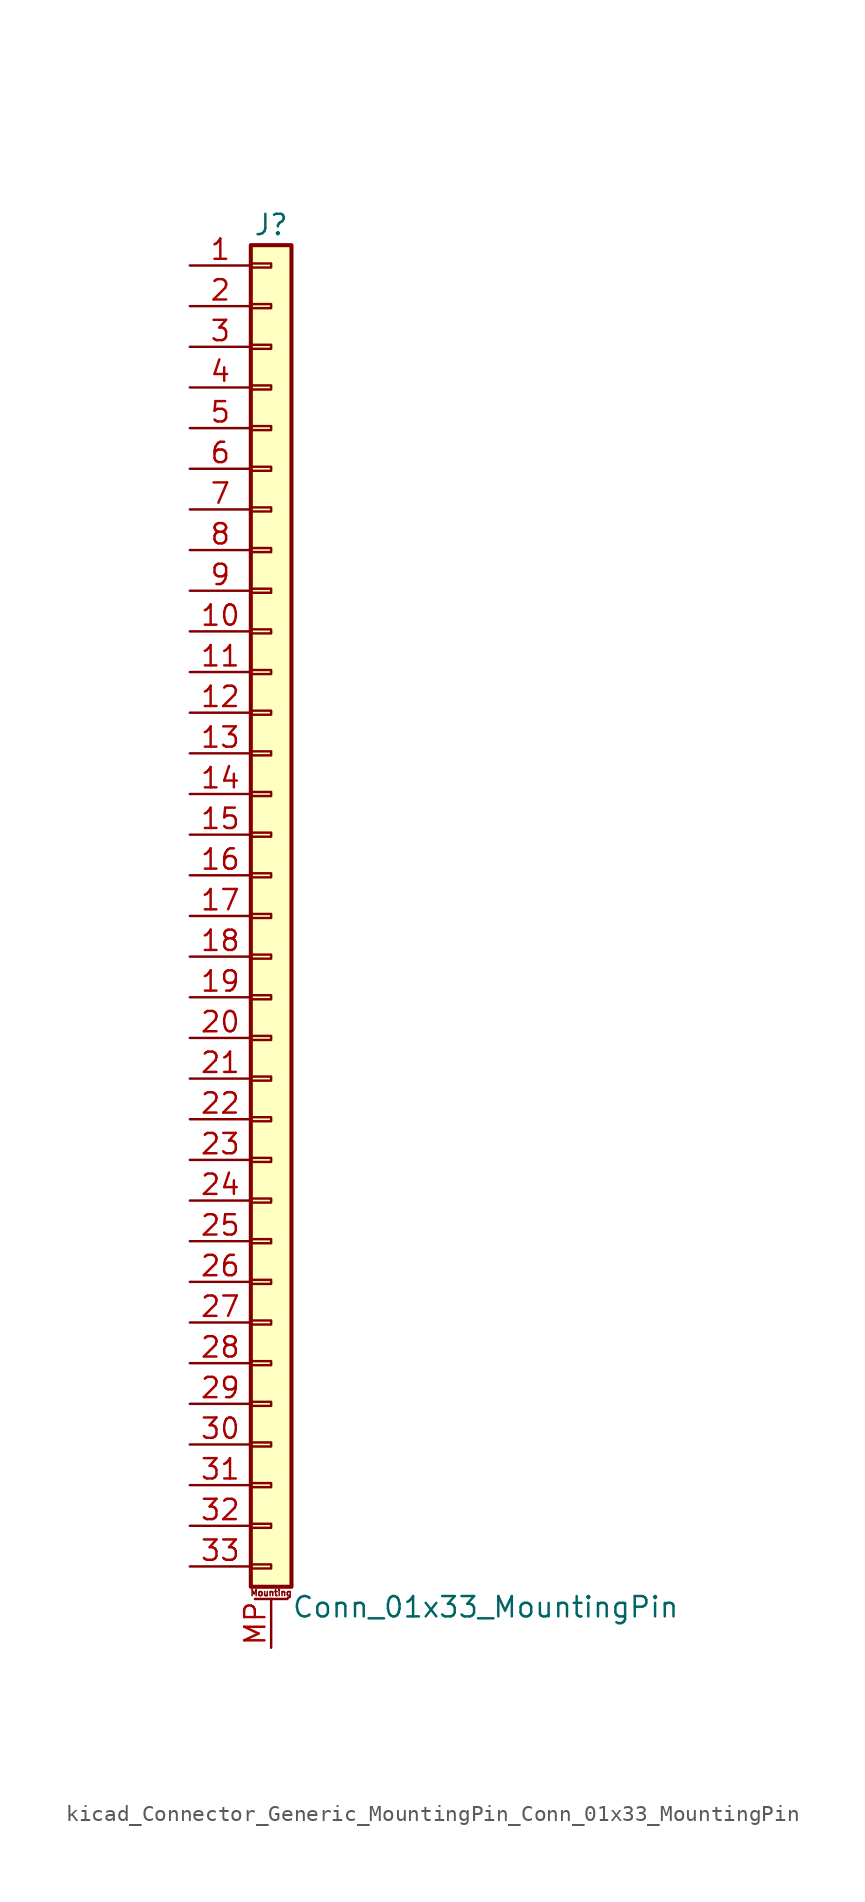
<source format=kicad_sym>
(kicad_symbol_lib
  (version 20220914)
  (generator kicad_symbol_editor)
  (symbol "kicad_Connector_Generic_MountingPin_Conn_01x33_MountingPin"
    (pin_names
      (offset 1.016) hide)
    (property "Reference" "J"
      (at 0 43.18 0)
      (effects (font (size 1.27 1.27))))
    (property "Value" "Conn_01x33_MountingPin"
      (at 1.27 -43.18 0)
      (effects (font (size 1.27 1.27)) (justify left)))
    (symbol "kicad_Connector_Generic_MountingPin_Conn_01x33_MountingPin_1_1"
      (rectangle (start -1.27 -40.513) (end 0 -40.767) (stroke (width 0.152) (type default)) (fill (type none)))
      (rectangle (start -1.27 -37.973) (end 0 -38.227) (stroke (width 0.152) (type default)) (fill (type none)))
      (rectangle (start -1.27 -35.433) (end 0 -35.687) (stroke (width 0.152) (type default)) (fill (type none)))
      (rectangle (start -1.27 -32.893) (end 0 -33.147) (stroke (width 0.152) (type default)) (fill (type none)))
      (rectangle (start -1.27 -30.353) (end 0 -30.607) (stroke (width 0.152) (type default)) (fill (type none)))
      (rectangle (start -1.27 -27.813) (end 0 -28.067) (stroke (width 0.152) (type default)) (fill (type none)))
      (rectangle (start -1.27 -25.273) (end 0 -25.527) (stroke (width 0.152) (type default)) (fill (type none)))
      (rectangle (start -1.27 -22.733) (end 0 -22.987) (stroke (width 0.152) (type default)) (fill (type none)))
      (rectangle (start -1.27 -20.193) (end 0 -20.447) (stroke (width 0.152) (type default)) (fill (type none)))
      (rectangle (start -1.27 -17.653) (end 0 -17.907) (stroke (width 0.152) (type default)) (fill (type none)))
      (rectangle (start -1.27 -15.113) (end 0 -15.367) (stroke (width 0.152) (type default)) (fill (type none)))
      (rectangle (start -1.27 -12.573) (end 0 -12.827) (stroke (width 0.152) (type default)) (fill (type none)))
      (rectangle (start -1.27 -10.033) (end 0 -10.287) (stroke (width 0.152) (type default)) (fill (type none)))
      (rectangle (start -1.27 -7.493) (end 0 -7.747) (stroke (width 0.152) (type default)) (fill (type none)))
      (rectangle (start -1.27 -4.953) (end 0 -5.207) (stroke (width 0.152) (type default)) (fill (type none)))
      (rectangle (start -1.27 -2.413) (end 0 -2.667) (stroke (width 0.152) (type default)) (fill (type none)))
      (rectangle (start -1.27 0.127) (end 0 -0.127) (stroke (width 0.152) (type default)) (fill (type none)))
      (rectangle (start -1.27 2.667) (end 0 2.413) (stroke (width 0.152) (type default)) (fill (type none)))
      (rectangle (start -1.27 5.207) (end 0 4.953) (stroke (width 0.152) (type default)) (fill (type none)))
      (rectangle (start -1.27 7.747) (end 0 7.493) (stroke (width 0.152) (type default)) (fill (type none)))
      (rectangle (start -1.27 10.287) (end 0 10.033) (stroke (width 0.152) (type default)) (fill (type none)))
      (rectangle (start -1.27 12.827) (end 0 12.573) (stroke (width 0.152) (type default)) (fill (type none)))
      (rectangle (start -1.27 15.367) (end 0 15.113) (stroke (width 0.152) (type default)) (fill (type none)))
      (rectangle (start -1.27 17.907) (end 0 17.653) (stroke (width 0.152) (type default)) (fill (type none)))
      (rectangle (start -1.27 20.447) (end 0 20.193) (stroke (width 0.152) (type default)) (fill (type none)))
      (rectangle (start -1.27 22.987) (end 0 22.733) (stroke (width 0.152) (type default)) (fill (type none)))
      (rectangle (start -1.27 25.527) (end 0 25.273) (stroke (width 0.152) (type default)) (fill (type none)))
      (rectangle (start -1.27 28.067) (end 0 27.813) (stroke (width 0.152) (type default)) (fill (type none)))
      (rectangle (start -1.27 30.607) (end 0 30.353) (stroke (width 0.152) (type default)) (fill (type none)))
      (rectangle (start -1.27 33.147) (end 0 32.893) (stroke (width 0.152) (type default)) (fill (type none)))
      (rectangle (start -1.27 35.687) (end 0 35.433) (stroke (width 0.152) (type default)) (fill (type none)))
      (rectangle (start -1.27 38.227) (end 0 37.973) (stroke (width 0.152) (type default)) (fill (type none)))
      (rectangle (start -1.27 40.767) (end 0 40.513) (stroke (width 0.152) (type default)) (fill (type none)))
      (rectangle (start -1.27 41.91) (end 1.27 -41.91) (stroke (width 0.254) (type default)) (fill (type background)))
      (polyline (pts (xy -1.016 -42.672) (xy 1.016 -42.672)) (stroke (width 0.152) (type default)) (fill (type none)))
      (text "Mounting" (at 0 -42.291 0) (effects (font (size 0.381 0.381))))
      (pin passive line (at -5.08 40.64 0) (length 3.81) (name "Pin_1" (effects (font (size 1.27 1.27)))) (number "1" (effects (font (size 1.27 1.27)))))
      (pin passive line (at -5.08 17.78 0) (length 3.81) (name "Pin_10" (effects (font (size 1.27 1.27)))) (number "10" (effects (font (size 1.27 1.27)))))
      (pin passive line (at -5.08 15.24 0) (length 3.81) (name "Pin_11" (effects (font (size 1.27 1.27)))) (number "11" (effects (font (size 1.27 1.27)))))
      (pin passive line (at -5.08 12.7 0) (length 3.81) (name "Pin_12" (effects (font (size 1.27 1.27)))) (number "12" (effects (font (size 1.27 1.27)))))
      (pin passive line (at -5.08 10.16 0) (length 3.81) (name "Pin_13" (effects (font (size 1.27 1.27)))) (number "13" (effects (font (size 1.27 1.27)))))
      (pin passive line (at -5.08 7.62 0) (length 3.81) (name "Pin_14" (effects (font (size 1.27 1.27)))) (number "14" (effects (font (size 1.27 1.27)))))
      (pin passive line (at -5.08 5.08 0) (length 3.81) (name "Pin_15" (effects (font (size 1.27 1.27)))) (number "15" (effects (font (size 1.27 1.27)))))
      (pin passive line (at -5.08 2.54 0) (length 3.81) (name "Pin_16" (effects (font (size 1.27 1.27)))) (number "16" (effects (font (size 1.27 1.27)))))
      (pin passive line (at -5.08 0 0) (length 3.81) (name "Pin_17" (effects (font (size 1.27 1.27)))) (number "17" (effects (font (size 1.27 1.27)))))
      (pin passive line (at -5.08 -2.54 0) (length 3.81) (name "Pin_18" (effects (font (size 1.27 1.27)))) (number "18" (effects (font (size 1.27 1.27)))))
      (pin passive line (at -5.08 -5.08 0) (length 3.81) (name "Pin_19" (effects (font (size 1.27 1.27)))) (number "19" (effects (font (size 1.27 1.27)))))
      (pin passive line (at -5.08 38.1 0) (length 3.81) (name "Pin_2" (effects (font (size 1.27 1.27)))) (number "2" (effects (font (size 1.27 1.27)))))
      (pin passive line (at -5.08 -7.62 0) (length 3.81) (name "Pin_20" (effects (font (size 1.27 1.27)))) (number "20" (effects (font (size 1.27 1.27)))))
      (pin passive line (at -5.08 -10.16 0) (length 3.81) (name "Pin_21" (effects (font (size 1.27 1.27)))) (number "21" (effects (font (size 1.27 1.27)))))
      (pin passive line (at -5.08 -12.7 0) (length 3.81) (name "Pin_22" (effects (font (size 1.27 1.27)))) (number "22" (effects (font (size 1.27 1.27)))))
      (pin passive line (at -5.08 -15.24 0) (length 3.81) (name "Pin_23" (effects (font (size 1.27 1.27)))) (number "23" (effects (font (size 1.27 1.27)))))
      (pin passive line (at -5.08 -17.78 0) (length 3.81) (name "Pin_24" (effects (font (size 1.27 1.27)))) (number "24" (effects (font (size 1.27 1.27)))))
      (pin passive line (at -5.08 -20.32 0) (length 3.81) (name "Pin_25" (effects (font (size 1.27 1.27)))) (number "25" (effects (font (size 1.27 1.27)))))
      (pin passive line (at -5.08 -22.86 0) (length 3.81) (name "Pin_26" (effects (font (size 1.27 1.27)))) (number "26" (effects (font (size 1.27 1.27)))))
      (pin passive line (at -5.08 -25.4 0) (length 3.81) (name "Pin_27" (effects (font (size 1.27 1.27)))) (number "27" (effects (font (size 1.27 1.27)))))
      (pin passive line (at -5.08 -27.94 0) (length 3.81) (name "Pin_28" (effects (font (size 1.27 1.27)))) (number "28" (effects (font (size 1.27 1.27)))))
      (pin passive line (at -5.08 -30.48 0) (length 3.81) (name "Pin_29" (effects (font (size 1.27 1.27)))) (number "29" (effects (font (size 1.27 1.27)))))
      (pin passive line (at -5.08 35.56 0) (length 3.81) (name "Pin_3" (effects (font (size 1.27 1.27)))) (number "3" (effects (font (size 1.27 1.27)))))
      (pin passive line (at -5.08 -33.02 0) (length 3.81) (name "Pin_30" (effects (font (size 1.27 1.27)))) (number "30" (effects (font (size 1.27 1.27)))))
      (pin passive line (at -5.08 -35.56 0) (length 3.81) (name "Pin_31" (effects (font (size 1.27 1.27)))) (number "31" (effects (font (size 1.27 1.27)))))
      (pin passive line (at -5.08 -38.1 0) (length 3.81) (name "Pin_32" (effects (font (size 1.27 1.27)))) (number "32" (effects (font (size 1.27 1.27)))))
      (pin passive line (at -5.08 -40.64 0) (length 3.81) (name "Pin_33" (effects (font (size 1.27 1.27)))) (number "33" (effects (font (size 1.27 1.27)))))
      (pin passive line (at -5.08 33.02 0) (length 3.81) (name "Pin_4" (effects (font (size 1.27 1.27)))) (number "4" (effects (font (size 1.27 1.27)))))
      (pin passive line (at -5.08 30.48 0) (length 3.81) (name "Pin_5" (effects (font (size 1.27 1.27)))) (number "5" (effects (font (size 1.27 1.27)))))
      (pin passive line (at -5.08 27.94 0) (length 3.81) (name "Pin_6" (effects (font (size 1.27 1.27)))) (number "6" (effects (font (size 1.27 1.27)))))
      (pin passive line (at -5.08 25.4 0) (length 3.81) (name "Pin_7" (effects (font (size 1.27 1.27)))) (number "7" (effects (font (size 1.27 1.27)))))
      (pin passive line (at -5.08 22.86 0) (length 3.81) (name "Pin_8" (effects (font (size 1.27 1.27)))) (number "8" (effects (font (size 1.27 1.27)))))
      (pin passive line (at -5.08 20.32 0) (length 3.81) (name "Pin_9" (effects (font (size 1.27 1.27)))) (number "9" (effects (font (size 1.27 1.27)))))
      (pin passive line (at 0 -45.72 90) (length 3.048) (name "MountPin" (effects (font (size 1.27 1.27)))) (number "MP" (effects (font (size 1.27 1.27))))))))
</source>
